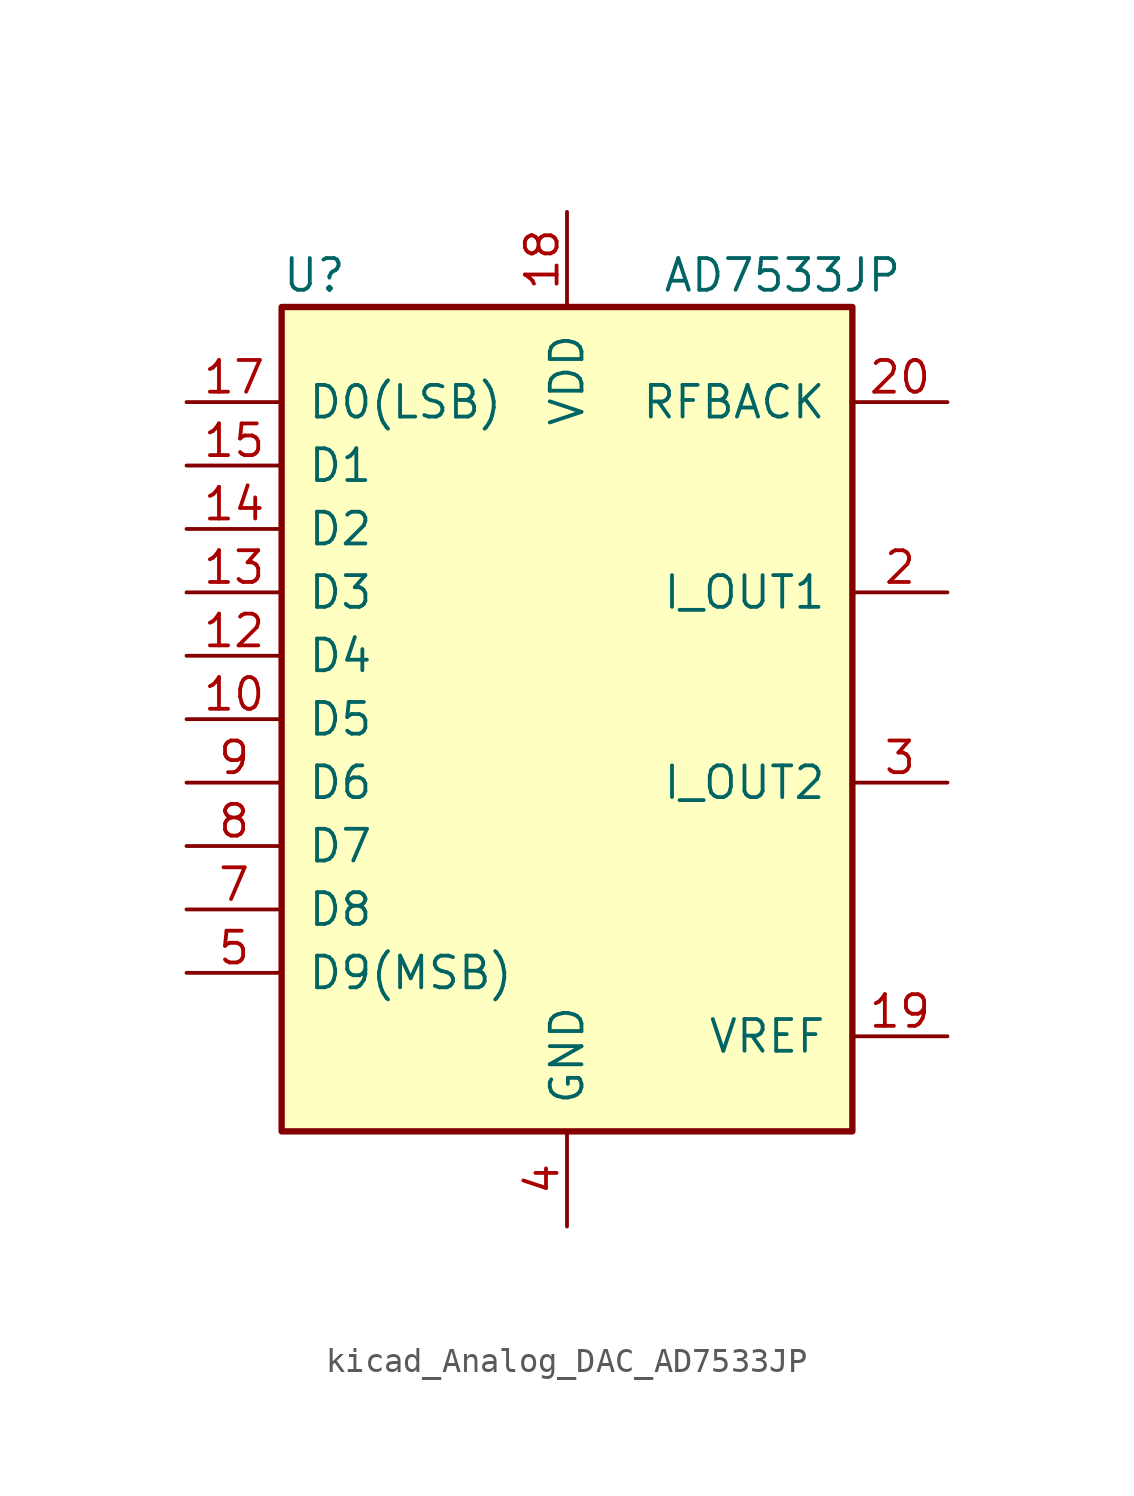
<source format=kicad_sym>
(kicad_symbol_lib
  (version 20220914)
  (generator kicad_symbol_editor)
  (symbol "kicad_Analog_DAC_AD7533JP"
    (pin_names
      (offset 1.016))
    (property "Reference" "U"
      (at -11.43 17.78 0)
      (effects (font (size 1.27 1.27)) (justify left)))
    (property "Value" "AD7533JP"
      (at 3.81 17.78 0)
      (effects (font (size 1.27 1.27)) (justify left)))
    (symbol "kicad_Analog_DAC_AD7533JP_0_1"
      (rectangle (start -11.43 -16.51) (end 11.43 16.51) (stroke (width 0.254) (type default)) (fill (type background))))
    (symbol "kicad_Analog_DAC_AD7533JP_1_1"
      (pin input line (at -15.24 0 0) (length 3.81) (name "D5" (effects (font (size 1.27 1.27)))) (number "10" (effects (font (size 1.27 1.27)))))
      (pin input line (at -15.24 2.54 0) (length 3.81) (name "D4" (effects (font (size 1.27 1.27)))) (number "12" (effects (font (size 1.27 1.27)))))
      (pin input line (at -15.24 5.08 0) (length 3.81) (name "D3" (effects (font (size 1.27 1.27)))) (number "13" (effects (font (size 1.27 1.27)))))
      (pin input line (at -15.24 7.62 0) (length 3.81) (name "D2" (effects (font (size 1.27 1.27)))) (number "14" (effects (font (size 1.27 1.27)))))
      (pin input line (at -15.24 10.16 0) (length 3.81) (name "D1" (effects (font (size 1.27 1.27)))) (number "15" (effects (font (size 1.27 1.27)))))
      (pin input line (at -15.24 12.7 0) (length 3.81) (name "D0(LSB)" (effects (font (size 1.27 1.27)))) (number "17" (effects (font (size 1.27 1.27)))))
      (pin power_in line (at 0 20.32 270) (length 3.81) (name "VDD" (effects (font (size 1.27 1.27)))) (number "18" (effects (font (size 1.27 1.27)))))
      (pin passive line (at 15.24 -12.7 180) (length 3.81) (name "VREF" (effects (font (size 1.27 1.27)))) (number "19" (effects (font (size 1.27 1.27)))))
      (pin passive line (at 15.24 5.08 180) (length 3.81) (name "I_OUT1" (effects (font (size 1.27 1.27)))) (number "2" (effects (font (size 1.27 1.27)))))
      (pin passive line (at 15.24 12.7 180) (length 3.81) (name "RFBACK" (effects (font (size 1.27 1.27)))) (number "20" (effects (font (size 1.27 1.27)))))
      (pin passive line (at 15.24 -2.54 180) (length 3.81) (name "I_OUT2" (effects (font (size 1.27 1.27)))) (number "3" (effects (font (size 1.27 1.27)))))
      (pin power_in line (at 0 -20.32 90) (length 3.81) (name "GND" (effects (font (size 1.27 1.27)))) (number "4" (effects (font (size 1.27 1.27)))))
      (pin input line (at -15.24 -10.16 0) (length 3.81) (name "D9(MSB)" (effects (font (size 1.27 1.27)))) (number "5" (effects (font (size 1.27 1.27)))))
      (pin input line (at -15.24 -7.62 0) (length 3.81) (name "D8" (effects (font (size 1.27 1.27)))) (number "7" (effects (font (size 1.27 1.27)))))
      (pin input line (at -15.24 -5.08 0) (length 3.81) (name "D7" (effects (font (size 1.27 1.27)))) (number "8" (effects (font (size 1.27 1.27)))))
      (pin input line (at -15.24 -2.54 0) (length 3.81) (name "D6" (effects (font (size 1.27 1.27)))) (number "9" (effects (font (size 1.27 1.27))))))))
</source>
